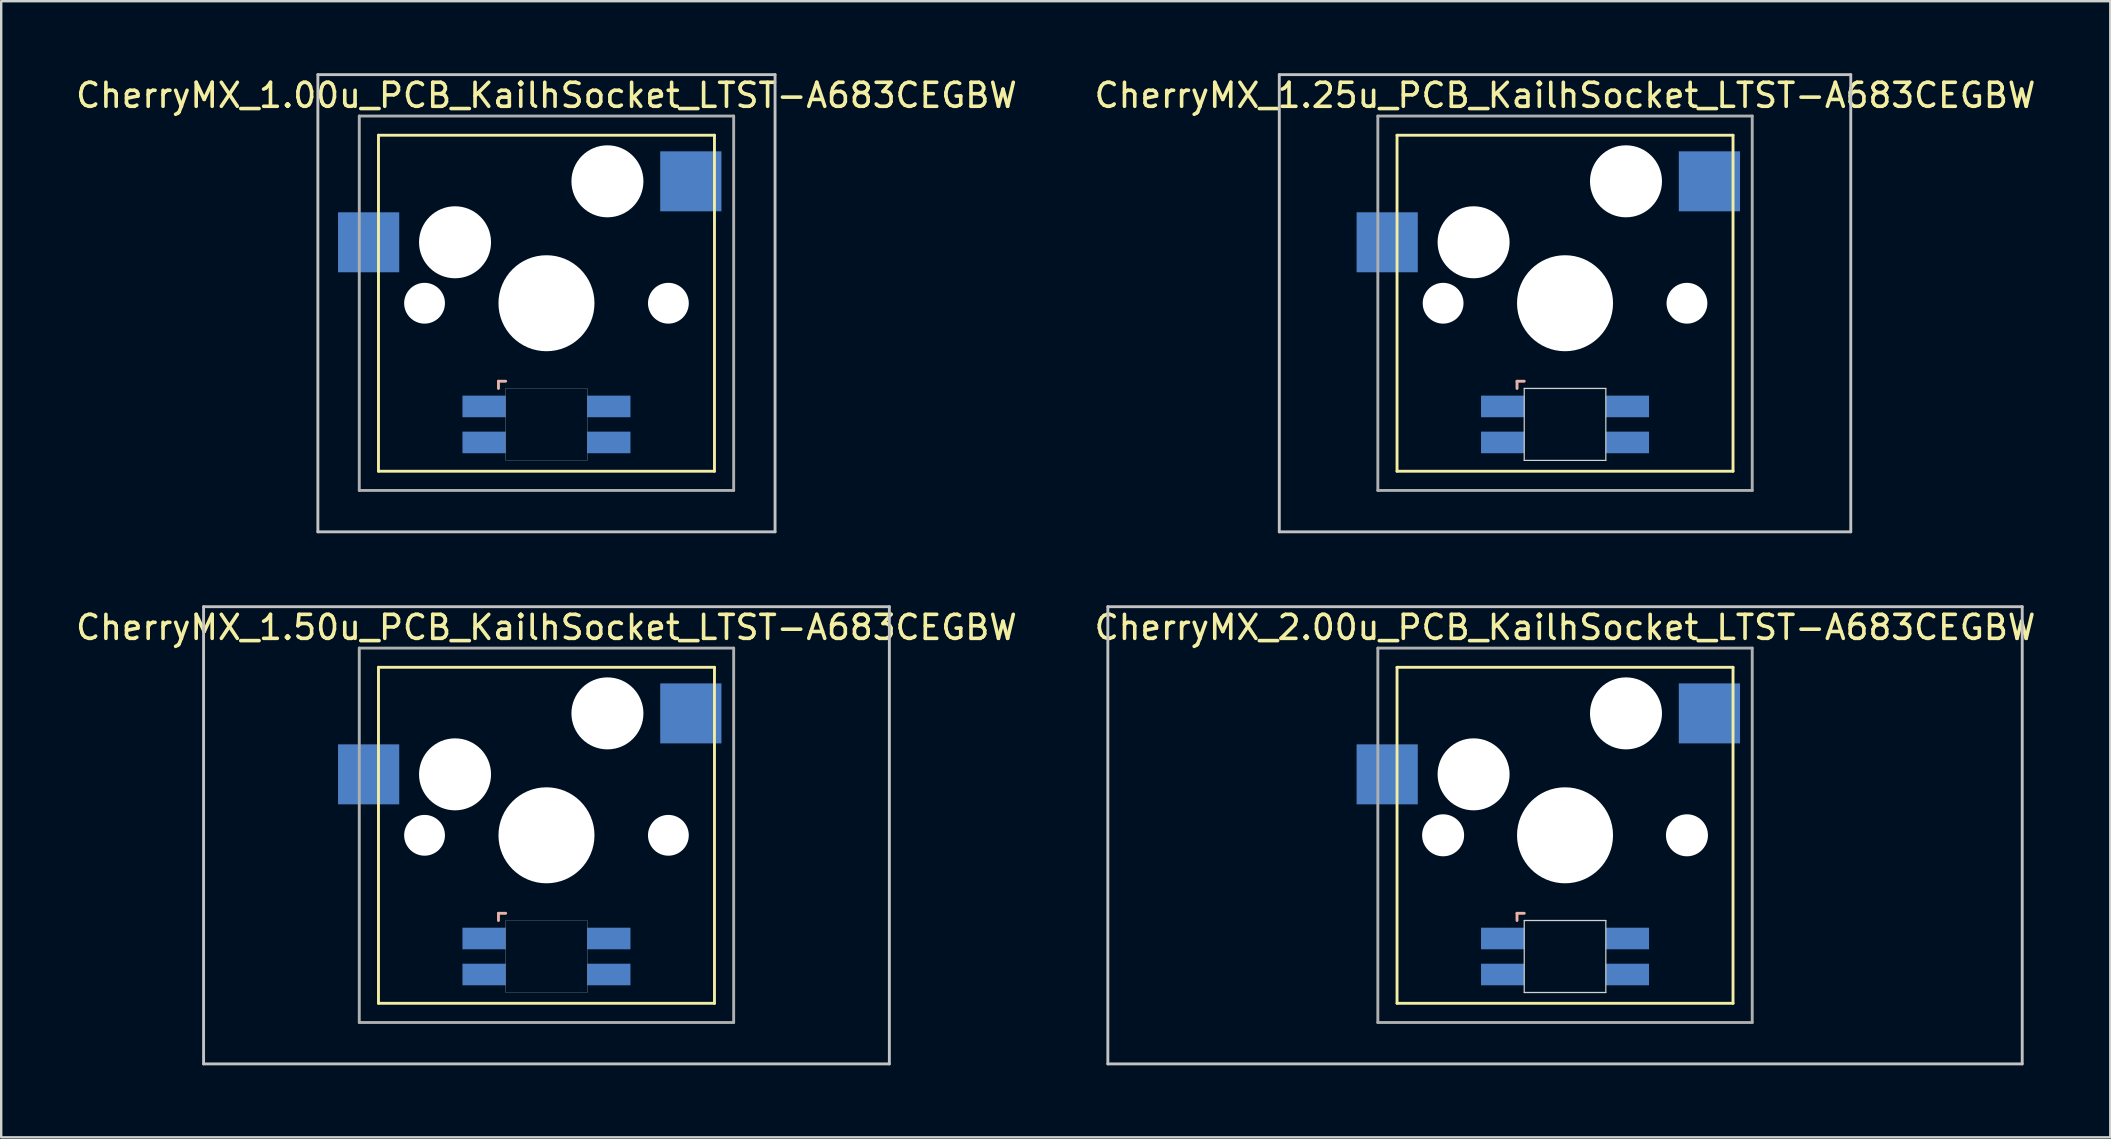
<source format=kicad_pcb>
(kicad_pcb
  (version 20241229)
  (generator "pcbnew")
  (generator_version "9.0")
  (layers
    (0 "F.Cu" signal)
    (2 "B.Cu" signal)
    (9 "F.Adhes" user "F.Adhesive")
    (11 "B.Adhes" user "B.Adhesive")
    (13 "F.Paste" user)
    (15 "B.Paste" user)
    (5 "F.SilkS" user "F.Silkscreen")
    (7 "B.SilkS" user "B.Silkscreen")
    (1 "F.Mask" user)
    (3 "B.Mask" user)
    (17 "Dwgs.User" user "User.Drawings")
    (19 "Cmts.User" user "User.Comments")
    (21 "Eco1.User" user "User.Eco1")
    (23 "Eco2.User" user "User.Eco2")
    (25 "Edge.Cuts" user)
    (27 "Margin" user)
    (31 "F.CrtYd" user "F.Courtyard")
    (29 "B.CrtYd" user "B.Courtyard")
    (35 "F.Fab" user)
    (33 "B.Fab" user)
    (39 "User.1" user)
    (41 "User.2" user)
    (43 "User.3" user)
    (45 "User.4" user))
  (footprint "CherryMX_1.50u_PCB_KailhSocket_LTST-A683CEGBW"
    (layer "F.Cu")
    (at 19.72 31.755)
    (property "Reference" "CherryMX_1.50u_PCB_KailhSocket_LTST-A683CEGBW" (at 0 -8.662 0) (layer "F.SilkS") (effects (font (size 1 1) (thickness 0.15))))
    (attr through_hole)
    (fp_line (start -7 -7) (end -7 7) (stroke (width 0.12) (type solid)) (layer "F.SilkS"))
    (fp_line (start -7 -7) (end 7 -7) (stroke (width 0.12) (type solid)) (layer "F.SilkS"))
    (fp_line (start 7 -7) (end 7 7) (stroke (width 0.12) (type solid)) (layer "F.SilkS"))
    (fp_line (start 7 7) (end -7 7) (stroke (width 0.12) (type solid)) (layer "F.SilkS"))
    (fp_line (start -2 3.25) (end -2 3.55) (stroke (width 0.12) (type solid)) (layer "B.SilkS"))
    (fp_line (start -1.7 3.25) (end -2 3.25) (stroke (width 0.12) (type solid)) (layer "B.SilkS"))
    (fp_line (start -14.287 -9.525) (end 14.287 -9.525) (stroke (width 0.12) (type solid)) (layer "Dwgs.User"))
    (fp_line (start -14.287 9.525) (end -14.287 -9.525) (stroke (width 0.12) (type solid)) (layer "Dwgs.User"))
    (fp_line (start 14.287 -9.525) (end 14.287 9.525) (stroke (width 0.12) (type solid)) (layer "Dwgs.User"))
    (fp_line (start 14.287 9.525) (end -14.287 9.525) (stroke (width 0.12) (type solid)) (layer "Dwgs.User"))
    (fp_poly (pts (xy 1.7 6.55) (xy -1.7 6.55) (xy -1.7 3.55) (xy 1.7 3.55)) (stroke (width 0.01) (type solid)) (fill no) (layer "Edge.Cuts"))
    (fp_line (start -7.8 -7.8) (end -7.8 7.8) (stroke (width 0.12) (type solid)) (layer "F.Fab"))
    (fp_line (start -7.8 -7.8) (end 7.8 -7.8) (stroke (width 0.12) (type solid)) (layer "F.Fab"))
    (fp_line (start -7.8 7.8) (end 7.8 7.8) (stroke (width 0.12) (type solid)) (layer "F.Fab"))
    (fp_line (start 7.8 -7.8) (end 7.8 7.8) (stroke (width 0.12) (type solid)) (layer "F.Fab"))
    (pad "" np_thru_hole circle (at -5.08 0) (size 1.7 1.7) (drill 1.7) (layers "*.Cu" "*.Mask"))
    (pad "" np_thru_hole circle (at -3.81 -2.54) (size 3 3) (drill 3) (layers "*.Cu" "*.Mask"))
    (pad "" np_thru_hole circle (at 0 0) (size 4 4) (drill 4) (layers "*.Cu" "*.Mask"))
    (pad "" np_thru_hole circle (at 2.54 -5.08) (size 3 3) (drill 3) (layers "*.Cu" "*.Mask"))
    (pad "" np_thru_hole circle (at 5.08 0) (size 1.7 1.7) (drill 1.7) (layers "*.Cu" "*.Mask"))
    (pad "1" smd rect (at -7.41 -2.54) (size 2.55 2.5) (layers "B.Cu" "B.Mask" "B.Paste"))
    (pad "2" smd rect (at 6.015 -5.08) (size 2.55 2.5) (layers "B.Cu" "B.Mask" "B.Paste"))
    (pad "3" smd rect (at -2.6 4.3) (size 1.8 0.9) (layers "B.Cu" "B.Mask" "B.Paste"))
    (pad "4" smd rect (at -2.6 5.8) (size 1.8 0.9) (layers "B.Cu" "B.Mask" "B.Paste"))
    (pad "5" smd rect (at 2.6 4.3) (size 1.8 0.9) (layers "B.Cu" "B.Mask" "B.Paste"))
    (pad "6" smd rect (at 2.6 5.8) (size 1.8 0.9) (layers "B.Cu" "B.Mask" "B.Paste")))
  (footprint "CherryMX_2.00u_PCB_KailhSocket_LTST-A683CEGBW"
    (layer "F.Cu")
    (at 62.161 31.755)
    (property "Reference" "CherryMX_2.00u_PCB_KailhSocket_LTST-A683CEGBW" (at 0 -8.662 0) (layer "F.SilkS") (effects (font (size 1 1) (thickness 0.15))))
    (attr through_hole)
    (fp_line (start -7 -7) (end -7 7) (stroke (width 0.12) (type solid)) (layer "F.SilkS"))
    (fp_line (start -7 -7) (end 7 -7) (stroke (width 0.12) (type solid)) (layer "F.SilkS"))
    (fp_line (start 7 -7) (end 7 7) (stroke (width 0.12) (type solid)) (layer "F.SilkS"))
    (fp_line (start 7 7) (end -7 7) (stroke (width 0.12) (type solid)) (layer "F.SilkS"))
    (fp_line (start -2 3.25) (end -2 3.55) (stroke (width 0.12) (type solid)) (layer "B.SilkS"))
    (fp_line (start -1.7 3.25) (end -2 3.25) (stroke (width 0.12) (type solid)) (layer "B.SilkS"))
    (fp_line (start -19.05 -9.525) (end 19.05 -9.525) (stroke (width 0.12) (type solid)) (layer "Dwgs.User"))
    (fp_line (start -19.05 9.525) (end -19.05 -9.525) (stroke (width 0.12) (type solid)) (layer "Dwgs.User"))
    (fp_line (start 19.05 -9.525) (end 19.05 9.525) (stroke (width 0.12) (type solid)) (layer "Dwgs.User"))
    (fp_line (start 19.05 9.525) (end -19.05 9.525) (stroke (width 0.12) (type solid)) (layer "Dwgs.User"))
    (fp_line (start -1.7 3.55) (end 1.7 3.55) (stroke (width 0.05) (type solid)) (layer "Edge.Cuts"))
    (fp_line (start -1.7 6.55) (end -1.7 3.55) (stroke (width 0.05) (type solid)) (layer "Edge.Cuts"))
    (fp_line (start 1.7 3.55) (end 1.7 6.55) (stroke (width 0.05) (type solid)) (layer "Edge.Cuts"))
    (fp_line (start 1.7 6.55) (end -1.7 6.55) (stroke (width 0.05) (type solid)) (layer "Edge.Cuts"))
    (fp_line (start -7.8 -7.8) (end -7.8 7.8) (stroke (width 0.12) (type solid)) (layer "F.Fab"))
    (fp_line (start -7.8 -7.8) (end 7.8 -7.8) (stroke (width 0.12) (type solid)) (layer "F.Fab"))
    (fp_line (start -7.8 7.8) (end 7.8 7.8) (stroke (width 0.12) (type solid)) (layer "F.Fab"))
    (fp_line (start 7.8 -7.8) (end 7.8 7.8) (stroke (width 0.12) (type solid)) (layer "F.Fab"))
    (pad "" np_thru_hole circle (at -5.08 0) (size 1.75 1.75) (drill 1.75) (layers "*.Cu" "*.Mask"))
    (pad "" np_thru_hole circle (at -3.81 -2.54) (size 3 3) (drill 3) (layers "*.Cu" "*.Mask"))
    (pad "" np_thru_hole circle (at 0 0) (size 4 4) (drill 4) (layers "*.Cu" "*.Mask"))
    (pad "" np_thru_hole circle (at 2.54 -5.08) (size 3 3) (drill 3) (layers "*.Cu" "*.Mask"))
    (pad "" np_thru_hole circle (at 5.08 0) (size 1.75 1.75) (drill 1.75) (layers "*.Cu" "*.Mask"))
    (pad "1" smd rect (at -7.41 -2.54) (size 2.55 2.5) (layers "B.Cu" "B.Mask" "B.Paste"))
    (pad "2" smd rect (at 6.015 -5.08) (size 2.55 2.5) (layers "B.Cu" "B.Mask" "B.Paste"))
    (pad "3" smd rect (at -2.6 4.3) (size 1.8 0.9) (layers "B.Cu" "B.Mask" "B.Paste"))
    (pad "4" smd rect (at -2.6 5.8) (size 1.8 0.9) (layers "B.Cu" "B.Mask" "B.Paste"))
    (pad "5" smd rect (at 2.6 4.3) (size 1.8 0.9) (layers "B.Cu" "B.Mask" "B.Paste"))
    (pad "6" smd rect (at 2.6 5.8) (size 1.8 0.9) (layers "B.Cu" "B.Mask" "B.Paste")))
  (footprint "CherryMX_1.00u_PCB_KailhSocket_LTST-A683CEGBW"
    (layer "F.Cu")
    (at 19.72 9.585)
    (property "Reference" "CherryMX_1.00u_PCB_KailhSocket_LTST-A683CEGBW" (at 0 -8.662 0) (layer "F.SilkS") (effects (font (size 1 1) (thickness 0.15))))
    (attr through_hole)
    (fp_line (start -7 -7) (end -7 7) (stroke (width 0.12) (type solid)) (layer "F.SilkS"))
    (fp_line (start -7 -7) (end 7 -7) (stroke (width 0.12) (type solid)) (layer "F.SilkS"))
    (fp_line (start 7 -7) (end 7 7) (stroke (width 0.12) (type solid)) (layer "F.SilkS"))
    (fp_line (start 7 7) (end -7 7) (stroke (width 0.12) (type solid)) (layer "F.SilkS"))
    (fp_line (start -2 3.25) (end -2 3.55) (stroke (width 0.12) (type solid)) (layer "B.SilkS"))
    (fp_line (start -1.7 3.25) (end -2 3.25) (stroke (width 0.12) (type solid)) (layer "B.SilkS"))
    (fp_line (start -9.525 -9.525) (end 9.525 -9.525) (stroke (width 0.12) (type solid)) (layer "Dwgs.User"))
    (fp_line (start -9.525 9.525) (end -9.525 -9.525) (stroke (width 0.12) (type solid)) (layer "Dwgs.User"))
    (fp_line (start 9.525 -9.525) (end 9.525 9.525) (stroke (width 0.12) (type solid)) (layer "Dwgs.User"))
    (fp_line (start 9.525 9.525) (end -9.525 9.525) (stroke (width 0.12) (type solid)) (layer "Dwgs.User"))
    (fp_poly (pts (xy 1.7 6.55) (xy -1.7 6.55) (xy -1.7 3.55) (xy 1.7 3.55)) (stroke (width 0.01) (type solid)) (fill no) (layer "Edge.Cuts"))
    (fp_line (start -7.8 -7.8) (end -7.8 7.8) (stroke (width 0.12) (type solid)) (layer "F.Fab"))
    (fp_line (start -7.8 -7.8) (end 7.8 -7.8) (stroke (width 0.12) (type solid)) (layer "F.Fab"))
    (fp_line (start -7.8 7.8) (end 7.8 7.8) (stroke (width 0.12) (type solid)) (layer "F.Fab"))
    (fp_line (start 7.8 -7.8) (end 7.8 7.8) (stroke (width 0.12) (type solid)) (layer "F.Fab"))
    (pad "" np_thru_hole circle (at -5.08 0) (size 1.7 1.7) (drill 1.7) (layers "*.Cu" "*.Mask"))
    (pad "" np_thru_hole circle (at -3.81 -2.54) (size 3 3) (drill 3) (layers "*.Cu" "*.Mask"))
    (pad "" np_thru_hole circle (at 0 0) (size 4 4) (drill 4) (layers "*.Cu" "*.Mask"))
    (pad "" np_thru_hole circle (at 2.54 -5.08) (size 3 3) (drill 3) (layers "*.Cu" "*.Mask"))
    (pad "" np_thru_hole circle (at 5.08 0) (size 1.7 1.7) (drill 1.7) (layers "*.Cu" "*.Mask"))
    (pad "1" smd rect (at -7.41 -2.54) (size 2.55 2.5) (layers "B.Cu" "B.Mask" "B.Paste"))
    (pad "2" smd rect (at 6.015 -5.08) (size 2.55 2.5) (layers "B.Cu" "B.Mask" "B.Paste"))
    (pad "3" smd rect (at -2.6 4.3) (size 1.8 0.9) (layers "B.Cu" "B.Mask" "B.Paste"))
    (pad "4" smd rect (at -2.6 5.8) (size 1.8 0.9) (layers "B.Cu" "B.Mask" "B.Paste"))
    (pad "5" smd rect (at 2.6 4.3) (size 1.8 0.9) (layers "B.Cu" "B.Mask" "B.Paste"))
    (pad "6" smd rect (at 2.6 5.8) (size 1.8 0.9) (layers "B.Cu" "B.Mask" "B.Paste")))
  (footprint "CherryMX_1.25u_PCB_KailhSocket_LTST-A683CEGBW"
    (layer "F.Cu")
    (at 62.161 9.585)
    (property "Reference" "CherryMX_1.25u_PCB_KailhSocket_LTST-A683CEGBW" (at 0 -8.662 0) (layer "F.SilkS") (effects (font (size 1 1) (thickness 0.15))))
    (attr through_hole)
    (fp_line (start -7 -7) (end -7 7) (stroke (width 0.12) (type solid)) (layer "F.SilkS"))
    (fp_line (start -7 -7) (end 7 -7) (stroke (width 0.12) (type solid)) (layer "F.SilkS"))
    (fp_line (start 7 -7) (end 7 7) (stroke (width 0.12) (type solid)) (layer "F.SilkS"))
    (fp_line (start 7 7) (end -7 7) (stroke (width 0.12) (type solid)) (layer "F.SilkS"))
    (fp_line (start -2 3.25) (end -2 3.55) (stroke (width 0.12) (type solid)) (layer "B.SilkS"))
    (fp_line (start -1.7 3.25) (end -2 3.25) (stroke (width 0.12) (type solid)) (layer "B.SilkS"))
    (fp_line (start -11.906 -9.525) (end 11.906 -9.525) (stroke (width 0.12) (type solid)) (layer "Dwgs.User"))
    (fp_line (start -11.906 9.525) (end -11.906 -9.525) (stroke (width 0.12) (type solid)) (layer "Dwgs.User"))
    (fp_line (start 11.906 -9.525) (end 11.906 9.525) (stroke (width 0.12) (type solid)) (layer "Dwgs.User"))
    (fp_line (start 11.906 9.525) (end -11.906 9.525) (stroke (width 0.12) (type solid)) (layer "Dwgs.User"))
    (fp_line (start -1.7 3.55) (end 1.7 3.55) (stroke (width 0.05) (type solid)) (layer "Edge.Cuts"))
    (fp_line (start -1.7 6.55) (end -1.7 3.55) (stroke (width 0.05) (type solid)) (layer "Edge.Cuts"))
    (fp_line (start 1.7 3.55) (end 1.7 6.55) (stroke (width 0.05) (type solid)) (layer "Edge.Cuts"))
    (fp_line (start 1.7 6.55) (end -1.7 6.55) (stroke (width 0.05) (type solid)) (layer "Edge.Cuts"))
    (fp_line (start -7.8 -7.8) (end -7.8 7.8) (stroke (width 0.12) (type solid)) (layer "F.Fab"))
    (fp_line (start -7.8 -7.8) (end 7.8 -7.8) (stroke (width 0.12) (type solid)) (layer "F.Fab"))
    (fp_line (start -7.8 7.8) (end 7.8 7.8) (stroke (width 0.12) (type solid)) (layer "F.Fab"))
    (fp_line (start 7.8 -7.8) (end 7.8 7.8) (stroke (width 0.12) (type solid)) (layer "F.Fab"))
    (pad "" np_thru_hole circle (at -5.08 0) (size 1.7 1.7) (drill 1.7) (layers "*.Cu" "*.Mask"))
    (pad "" np_thru_hole circle (at -3.81 -2.54) (size 3 3) (drill 3) (layers "*.Cu" "*.Mask"))
    (pad "" np_thru_hole circle (at 0 0) (size 4 4) (drill 4) (layers "*.Cu" "*.Mask"))
    (pad "" np_thru_hole circle (at 2.54 -5.08) (size 3 3) (drill 3) (layers "*.Cu" "*.Mask"))
    (pad "" np_thru_hole circle (at 5.08 0) (size 1.7 1.7) (drill 1.7) (layers "*.Cu" "*.Mask"))
    (pad "1" smd rect (at -7.41 -2.54) (size 2.55 2.5) (layers "B.Cu" "B.Mask" "B.Paste"))
    (pad "2" smd rect (at 6.015 -5.08) (size 2.55 2.5) (layers "B.Cu" "B.Mask" "B.Paste"))
    (pad "3" smd rect (at -2.6 4.3) (size 1.8 0.9) (layers "B.Cu" "B.Mask" "B.Paste"))
    (pad "4" smd rect (at -2.6 5.8) (size 1.8 0.9) (layers "B.Cu" "B.Mask" "B.Paste"))
    (pad "5" smd rect (at 2.6 4.3) (size 1.8 0.9) (layers "B.Cu" "B.Mask" "B.Paste"))
    (pad "6" smd rect (at 2.6 5.8) (size 1.8 0.9) (layers "B.Cu" "B.Mask" "B.Paste")))
  (gr_rect
    (start -3 -3)
    (end 84.881 44.34)
    (stroke (width 0.1) (type default))
    (fill no)
    (layer "Edge.Cuts")))
</source>
